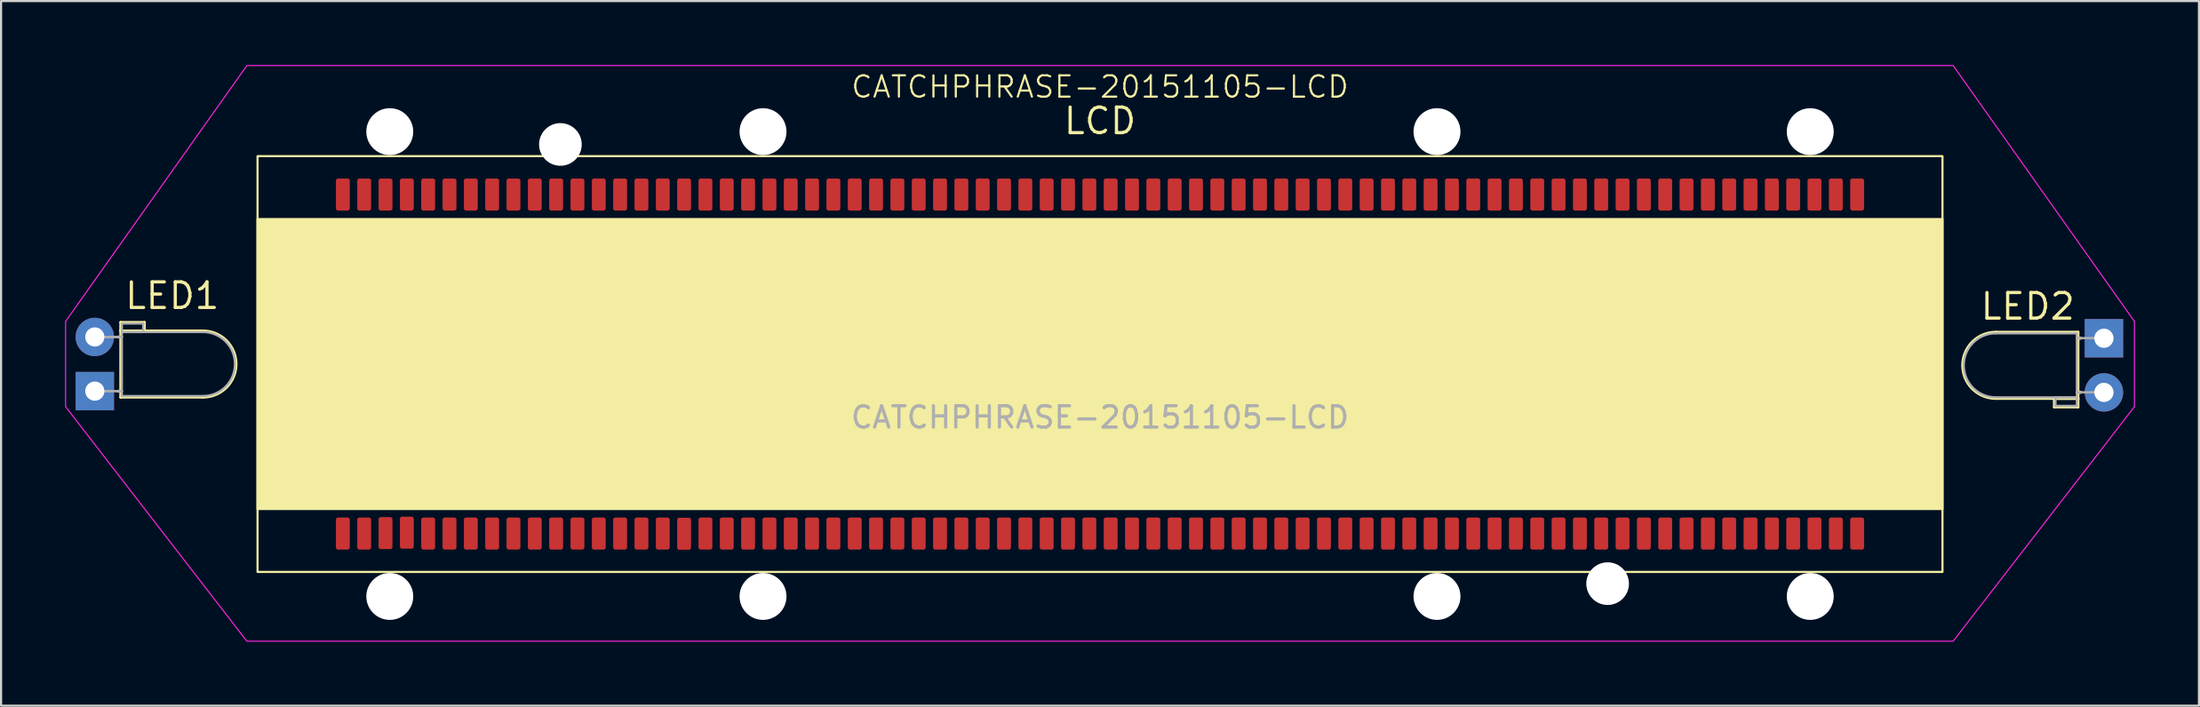
<source format=kicad_pcb>
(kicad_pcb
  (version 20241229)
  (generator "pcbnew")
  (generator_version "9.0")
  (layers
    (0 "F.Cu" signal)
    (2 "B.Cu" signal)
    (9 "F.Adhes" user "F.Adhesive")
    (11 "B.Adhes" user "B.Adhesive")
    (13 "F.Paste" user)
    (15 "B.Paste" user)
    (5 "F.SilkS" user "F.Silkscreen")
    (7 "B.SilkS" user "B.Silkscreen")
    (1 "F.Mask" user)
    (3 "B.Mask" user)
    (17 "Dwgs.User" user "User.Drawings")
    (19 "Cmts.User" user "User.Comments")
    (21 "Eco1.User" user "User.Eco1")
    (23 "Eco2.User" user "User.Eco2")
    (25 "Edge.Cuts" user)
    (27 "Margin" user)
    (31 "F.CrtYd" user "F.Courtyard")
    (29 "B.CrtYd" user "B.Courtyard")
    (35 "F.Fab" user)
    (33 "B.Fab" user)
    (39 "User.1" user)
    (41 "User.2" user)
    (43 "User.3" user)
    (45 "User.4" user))
  (footprint "CATCHPHRASE-20151105-LCD"
    (layer "F.Cu")
    (at 48.525 14.025)
    (property "Reference" "CATCHPHRASE-20151105-LCD" (at 0 -13 0) (unlocked yes) (layer "F.SilkS") (effects (font (size 1 1) (thickness 0.1))))
    (attr smd)
    (fp_rect (start -36 -9) (end 36 -7) (stroke (width 0.1) (type solid)) (fill yes) (layer "F.Mask"))
    (fp_rect (start -36 7) (end 36 9) (stroke (width 0.1) (type solid)) (fill yes) (layer "F.Mask"))
    (fp_line (start -46.05 -1.27) (end -45.92 -1.27) (stroke (width 0.12) (type solid)) (layer "F.SilkS"))
    (fp_line (start -46.05 1.27) (end -45.92 1.27) (stroke (width 0.12) (type solid)) (layer "F.SilkS"))
    (fp_line (start -45.92 -1.96) (end -44.8 -1.96) (stroke (width 0.12) (type solid)) (layer "F.SilkS"))
    (fp_line (start -45.92 -1.56) (end -45.92 -1.96) (stroke (width 0.12) (type solid)) (layer "F.SilkS"))
    (fp_line (start -45.92 -1.56) (end -42.06 -1.56) (stroke (width 0.12) (type solid)) (layer "F.SilkS"))
    (fp_line (start -45.92 -1.27) (end -46.05 -1.27) (stroke (width 0.12) (type solid)) (layer "F.SilkS"))
    (fp_line (start -45.92 1.27) (end -46.05 1.27) (stroke (width 0.12) (type solid)) (layer "F.SilkS"))
    (fp_line (start -45.92 1.56) (end -45.92 -1.56) (stroke (width 0.12) (type solid)) (layer "F.SilkS"))
    (fp_line (start -45.92 1.56) (end -42.06 1.56) (stroke (width 0.12) (type solid)) (layer "F.SilkS"))
    (fp_line (start -44.8 -1.96) (end -44.8 -1.56) (stroke (width 0.12) (type solid)) (layer "F.SilkS"))
    (fp_line (start -44.8 -1.56) (end -45.92 -1.56) (stroke (width 0.12) (type solid)) (layer "F.SilkS"))
    (fp_line (start 44.74 1.62) (end 45.86 1.62) (stroke (width 0.12) (type solid)) (layer "F.SilkS"))
    (fp_line (start 44.74 2.02) (end 44.74 1.62) (stroke (width 0.12) (type solid)) (layer "F.SilkS"))
    (fp_line (start 45.86 -1.5) (end 42 -1.5) (stroke (width 0.12) (type solid)) (layer "F.SilkS"))
    (fp_line (start 45.86 -1.5) (end 45.86 1.62) (stroke (width 0.12) (type solid)) (layer "F.SilkS"))
    (fp_line (start 45.86 -1.21) (end 45.99 -1.21) (stroke (width 0.12) (type solid)) (layer "F.SilkS"))
    (fp_line (start 45.86 1.33) (end 45.99 1.33) (stroke (width 0.12) (type solid)) (layer "F.SilkS"))
    (fp_line (start 45.86 1.62) (end 42 1.62) (stroke (width 0.12) (type solid)) (layer "F.SilkS"))
    (fp_line (start 45.86 1.62) (end 45.86 2.02) (stroke (width 0.12) (type solid)) (layer "F.SilkS"))
    (fp_line (start 45.86 2.02) (end 44.74 2.02) (stroke (width 0.12) (type solid)) (layer "F.SilkS"))
    (fp_line (start 45.99 -1.21) (end 45.86 -1.21) (stroke (width 0.12) (type solid)) (layer "F.SilkS"))
    (fp_line (start 45.99 1.33) (end 45.86 1.33) (stroke (width 0.12) (type solid)) (layer "F.SilkS"))
    (fp_rect (start -39.5 -9.75) (end 39.5 9.75) (stroke (width 0.1) (type solid)) (fill no) (layer "F.SilkS"))
    (fp_rect (start -39.5 -6.8) (end 39.5 6.8) (stroke (width 0.1) (type solid)) (fill yes) (layer "F.SilkS"))
    (fp_arc (start -42.06 -1.56) (mid -40.5 0) (end -42.06 1.56) (stroke (width 0.12) (type solid)) (layer "F.SilkS"))
    (fp_arc (start 42 1.62) (mid 40.44 0.06) (end 42 -1.5) (stroke (width 0.12) (type solid)) (layer "F.SilkS"))
    (fp_poly (pts (xy -48.5 -2) (xy -40 -14) (xy 40 -14) (xy 48.5 -2) (xy 48.5 2) (xy 40 13) (xy -40 13) (xy -48.5 2)) (stroke (width 0.05) (type solid)) (fill no) (layer "F.CrtYd"))
    (fp_line (start -47.13 -1.27) (end -45.86 -1.27) (stroke (width 0.1) (type solid)) (layer "F.Fab"))
    (fp_line (start -47.13 1.27) (end -45.86 1.27) (stroke (width 0.1) (type solid)) (layer "F.Fab"))
    (fp_line (start -45.86 -1.9) (end -44.86 -1.9) (stroke (width 0.1) (type solid)) (layer "F.Fab"))
    (fp_line (start -45.86 -1.5) (end -45.86 -1.9) (stroke (width 0.1) (type solid)) (layer "F.Fab"))
    (fp_line (start -45.86 -1.5) (end -42.06 -1.5) (stroke (width 0.1) (type solid)) (layer "F.Fab"))
    (fp_line (start -45.86 -1.27) (end -47.13 -1.27) (stroke (width 0.1) (type solid)) (layer "F.Fab"))
    (fp_line (start -45.86 1.27) (end -47.13 1.27) (stroke (width 0.1) (type solid)) (layer "F.Fab"))
    (fp_line (start -45.86 1.5) (end -45.86 -1.5) (stroke (width 0.1) (type solid)) (layer "F.Fab"))
    (fp_line (start -45.86 1.5) (end -42.06 1.5) (stroke (width 0.1) (type solid)) (layer "F.Fab"))
    (fp_line (start -44.86 -1.9) (end -44.86 -1.5) (stroke (width 0.1) (type solid)) (layer "F.Fab"))
    (fp_line (start -44.86 -1.5) (end -45.86 -1.5) (stroke (width 0.1) (type solid)) (layer "F.Fab"))
    (fp_line (start 44.8 1.56) (end 45.8 1.56) (stroke (width 0.1) (type solid)) (layer "F.Fab"))
    (fp_line (start 44.8 1.96) (end 44.8 1.56) (stroke (width 0.1) (type solid)) (layer "F.Fab"))
    (fp_line (start 45.8 -1.44) (end 42 -1.44) (stroke (width 0.1) (type solid)) (layer "F.Fab"))
    (fp_line (start 45.8 -1.44) (end 45.8 1.56) (stroke (width 0.1) (type solid)) (layer "F.Fab"))
    (fp_line (start 45.8 -1.21) (end 47.07 -1.21) (stroke (width 0.1) (type solid)) (layer "F.Fab"))
    (fp_line (start 45.8 1.33) (end 47.07 1.33) (stroke (width 0.1) (type solid)) (layer "F.Fab"))
    (fp_line (start 45.8 1.56) (end 42 1.56) (stroke (width 0.1) (type solid)) (layer "F.Fab"))
    (fp_line (start 45.8 1.56) (end 45.8 1.96) (stroke (width 0.1) (type solid)) (layer "F.Fab"))
    (fp_line (start 45.8 1.96) (end 44.8 1.96) (stroke (width 0.1) (type solid)) (layer "F.Fab"))
    (fp_line (start 47.07 -1.21) (end 45.8 -1.21) (stroke (width 0.1) (type solid)) (layer "F.Fab"))
    (fp_line (start 47.07 1.33) (end 45.8 1.33) (stroke (width 0.1) (type solid)) (layer "F.Fab"))
    (fp_arc (start -42.06 -1.5) (mid -40.56 0) (end -42.06 1.5) (stroke (width 0.1) (type solid)) (layer "F.Fab"))
    (fp_arc (start 42 1.56) (mid 40.5 0.06) (end 42 -1.44) (stroke (width 0.1) (type solid)) (layer "F.Fab"))
    (fp_text user "LED2" (at 43.5 -2 0) (unlocked yes) (layer "F.SilkS") (effects (font (size 1.2 1.2) (thickness 0.15)) (justify bottom)))
    (fp_text user "LED1" (at -43.5 -2.5 0) (unlocked yes) (layer "F.SilkS") (effects (font (size 1.2 1.2) (thickness 0.15)) (justify bottom)))
    (fp_text user "LCD" (at 0 -10.7 0) (unlocked yes) (layer "F.SilkS") (effects (font (size 1.2 1.2) (thickness 0.15)) (justify bottom)))
    (fp_text user "${REFERENCE}" (at 0 2.5 0) (unlocked yes) (layer "F.Fab") (effects (font (size 1 1) (thickness 0.15))))
    (pad "" np_thru_hole circle (at -33.3 -10.9) (size 2.2 2.2) (drill 2.2) (layers "*.Cu" "*.Mask"))
    (pad "" np_thru_hole circle (at -33.3 10.9) (size 2.2 2.2) (drill 2.2) (layers "*.Cu" "*.Mask"))
    (pad "" np_thru_hole circle (at -25.3 -10.3) (size 2 2) (drill 2) (layers "*.Cu" "*.Mask"))
    (pad "" np_thru_hole circle (at -15.8 -10.9) (size 2.2 2.2) (drill 2.2) (layers "*.Cu" "*.Mask"))
    (pad "" np_thru_hole circle (at -15.8 10.9) (size 2.2 2.2) (drill 2.2) (layers "*.Cu" "*.Mask"))
    (pad "" np_thru_hole circle (at 15.8 -10.9) (size 2.2 2.2) (drill 2.2) (layers "*.Cu" "*.Mask"))
    (pad "" np_thru_hole circle (at 15.8 10.9) (size 2.2 2.2) (drill 2.2) (layers "*.Cu" "*.Mask"))
    (pad "" np_thru_hole circle (at 23.8 10.3) (size 2 2) (drill 2) (layers "*.Cu" "*.Mask"))
    (pad "" np_thru_hole circle (at 33.3 -10.9) (size 2.2 2.2) (drill 2.2) (layers "*.Cu" "*.Mask"))
    (pad "" np_thru_hole circle (at 33.3 10.9) (size 2.2 2.2) (drill 2.2) (layers "*.Cu" "*.Mask"))
    (pad "1" smd roundrect (at -35.5 -7.95 90) (size 1.5 0.65) (layers "F.Cu" "F.Mask" "F.Paste") (roundrect_rratio 0.15))
    (pad "2" smd roundrect (at -35.5 7.95 90) (size 1.5 0.65) (layers "F.Cu" "F.Mask" "F.Paste") (roundrect_rratio 0.15))
    (pad "3" smd roundrect (at -34.5 -7.95 90) (size 1.5 0.65) (layers "F.Cu" "F.Mask" "F.Paste") (roundrect_rratio 0.15))
    (pad "4" smd roundrect (at -34.5 7.95 90) (size 1.5 0.65) (layers "F.Cu" "F.Mask" "F.Paste") (roundrect_rratio 0.15))
    (pad "5" smd roundrect (at -33.5 -7.95 90) (size 1.5 0.65) (layers "F.Cu" "F.Mask" "F.Paste") (roundrect_rratio 0.15))
    (pad "6" smd roundrect (at -33.5 7.93 90) (size 1.5 0.65) (layers "F.Cu" "F.Mask" "F.Paste") (roundrect_rratio 0.15))
    (pad "7" smd roundrect (at -32.5 -7.95 90) (size 1.5 0.65) (layers "F.Cu" "F.Mask" "F.Paste") (roundrect_rratio 0.15))
    (pad "8" smd roundrect (at -32.5 7.91 90) (size 1.5 0.65) (layers "F.Cu" "F.Mask" "F.Paste") (roundrect_rratio 0.15))
    (pad "9" smd roundrect (at -31.5 -7.95 90) (size 1.5 0.65) (layers "F.Cu" "F.Mask" "F.Paste") (roundrect_rratio 0.15))
    (pad "10" smd roundrect (at -31.5 7.95 90) (size 1.5 0.65) (layers "F.Cu" "F.Mask" "F.Paste") (roundrect_rratio 0.15))
    (pad "11" smd roundrect (at -30.5 -7.95 90) (size 1.5 0.65) (layers "F.Cu" "F.Mask" "F.Paste") (roundrect_rratio 0.15))
    (pad "12" smd roundrect (at -30.5 7.95 90) (size 1.5 0.65) (layers "F.Cu" "F.Mask" "F.Paste") (roundrect_rratio 0.15))
    (pad "13" smd roundrect (at -29.5 -7.95 90) (size 1.5 0.65) (layers "F.Cu" "F.Mask" "F.Paste") (roundrect_rratio 0.15))
    (pad "14" smd roundrect (at -29.5 7.95 90) (size 1.5 0.65) (layers "F.Cu" "F.Mask" "F.Paste") (roundrect_rratio 0.15))
    (pad "15" smd roundrect (at -28.5 -7.95 90) (size 1.5 0.65) (layers "F.Cu" "F.Mask" "F.Paste") (roundrect_rratio 0.15))
    (pad "16" smd roundrect (at -28.5 7.95 90) (size 1.5 0.65) (layers "F.Cu" "F.Mask" "F.Paste") (roundrect_rratio 0.15))
    (pad "17" smd roundrect (at -27.5 -7.95 90) (size 1.5 0.65) (layers "F.Cu" "F.Mask" "F.Paste") (roundrect_rratio 0.15))
    (pad "18" smd roundrect (at -27.5 7.95 90) (size 1.5 0.65) (layers "F.Cu" "F.Mask" "F.Paste") (roundrect_rratio 0.15))
    (pad "19" smd roundrect (at -26.5 -7.95 90) (size 1.5 0.65) (layers "F.Cu" "F.Mask" "F.Paste") (roundrect_rratio 0.15))
    (pad "20" smd roundrect (at -26.5 7.95 90) (size 1.5 0.65) (layers "F.Cu" "F.Mask" "F.Paste") (roundrect_rratio 0.15))
    (pad "21" smd roundrect (at -25.5 -7.95 90) (size 1.5 0.65) (layers "F.Cu" "F.Mask" "F.Paste") (roundrect_rratio 0.15))
    (pad "22" smd roundrect (at -25.5 7.95 90) (size 1.5 0.65) (layers "F.Cu" "F.Mask" "F.Paste") (roundrect_rratio 0.15))
    (pad "23" smd roundrect (at -24.5 -7.95 90) (size 1.5 0.65) (layers "F.Cu" "F.Mask" "F.Paste") (roundrect_rratio 0.15))
    (pad "24" smd roundrect (at -24.5 7.95 90) (size 1.5 0.65) (layers "F.Cu" "F.Mask" "F.Paste") (roundrect_rratio 0.15))
    (pad "25" smd roundrect (at -23.5 -7.95 90) (size 1.5 0.65) (layers "F.Cu" "F.Mask" "F.Paste") (roundrect_rratio 0.15))
    (pad "26" smd roundrect (at -23.5 7.95 90) (size 1.5 0.65) (layers "F.Cu" "F.Mask" "F.Paste") (roundrect_rratio 0.15))
    (pad "27" smd roundrect (at -22.5 -7.95 90) (size 1.5 0.65) (layers "F.Cu" "F.Mask" "F.Paste") (roundrect_rratio 0.15))
    (pad "28" smd roundrect (at -22.5 7.95 90) (size 1.5 0.65) (layers "F.Cu" "F.Mask" "F.Paste") (roundrect_rratio 0.15))
    (pad "29" smd roundrect (at -21.5 -7.95 90) (size 1.5 0.65) (layers "F.Cu" "F.Mask" "F.Paste") (roundrect_rratio 0.15))
    (pad "30" smd roundrect (at -21.5 7.95 90) (size 1.5 0.65) (layers "F.Cu" "F.Mask" "F.Paste") (roundrect_rratio 0.15))
    (pad "31" smd roundrect (at -20.5 -7.95 90) (size 1.5 0.65) (layers "F.Cu" "F.Mask" "F.Paste") (roundrect_rratio 0.15))
    (pad "32" smd roundrect (at -20.5 7.95 90) (size 1.5 0.65) (layers "F.Cu" "F.Mask" "F.Paste") (roundrect_rratio 0.15))
    (pad "33" smd roundrect (at -19.5 -7.95 90) (size 1.5 0.65) (layers "F.Cu" "F.Mask" "F.Paste") (roundrect_rratio 0.15))
    (pad "34" smd roundrect (at -19.5 7.96 90) (size 1.5 0.65) (layers "F.Cu" "F.Mask" "F.Paste") (roundrect_rratio 0.15))
    (pad "35" smd roundrect (at -18.5 -7.95 90) (size 1.5 0.65) (layers "F.Cu" "F.Mask" "F.Paste") (roundrect_rratio 0.15))
    (pad "36" smd roundrect (at -18.5 7.95 90) (size 1.5 0.65) (layers "F.Cu" "F.Mask" "F.Paste") (roundrect_rratio 0.15))
    (pad "37" smd roundrect (at -17.5 -7.95 90) (size 1.5 0.65) (layers "F.Cu" "F.Mask" "F.Paste") (roundrect_rratio 0.15))
    (pad "38" smd roundrect (at -17.5 7.95 90) (size 1.5 0.65) (layers "F.Cu" "F.Mask" "F.Paste") (roundrect_rratio 0.15))
    (pad "39" smd roundrect (at -16.5 -7.95 90) (size 1.5 0.65) (layers "F.Cu" "F.Mask" "F.Paste") (roundrect_rratio 0.15))
    (pad "40" smd roundrect (at -16.5 7.95 90) (size 1.5 0.65) (layers "F.Cu" "F.Mask" "F.Paste") (roundrect_rratio 0.15))
    (pad "41" smd roundrect (at -15.5 -7.95 90) (size 1.5 0.65) (layers "F.Cu" "F.Mask" "F.Paste") (roundrect_rratio 0.15))
    (pad "42" smd roundrect (at -15.5 7.95 90) (size 1.5 0.65) (layers "F.Cu" "F.Mask" "F.Paste") (roundrect_rratio 0.15))
    (pad "43" smd roundrect (at -14.5 -7.95 90) (size 1.5 0.65) (layers "F.Cu" "F.Mask" "F.Paste") (roundrect_rratio 0.15))
    (pad "44" smd roundrect (at -14.5 7.95 90) (size 1.5 0.65) (layers "F.Cu" "F.Mask" "F.Paste") (roundrect_rratio 0.15))
    (pad "45" smd roundrect (at -13.5 -7.95 90) (size 1.5 0.65) (layers "F.Cu" "F.Mask" "F.Paste") (roundrect_rratio 0.15))
    (pad "46" smd roundrect (at -13.5 7.95 90) (size 1.5 0.65) (layers "F.Cu" "F.Mask" "F.Paste") (roundrect_rratio 0.15))
    (pad "47" smd roundrect (at -12.5 -7.95 90) (size 1.5 0.65) (layers "F.Cu" "F.Mask" "F.Paste") (roundrect_rratio 0.15))
    (pad "48" smd roundrect (at -12.5 7.95 90) (size 1.5 0.65) (layers "F.Cu" "F.Mask" "F.Paste") (roundrect_rratio 0.15))
    (pad "49" smd roundrect (at -11.5 -7.95 90) (size 1.5 0.65) (layers "F.Cu" "F.Mask" "F.Paste") (roundrect_rratio 0.15))
    (pad "50" smd roundrect (at -11.5 7.95 90) (size 1.5 0.65) (layers "F.Cu" "F.Mask" "F.Paste") (roundrect_rratio 0.15))
    (pad "51" smd roundrect (at -10.5 -7.95 90) (size 1.5 0.65) (layers "F.Cu" "F.Mask" "F.Paste") (roundrect_rratio 0.15))
    (pad "52" smd roundrect (at -10.5 7.95 90) (size 1.5 0.65) (layers "F.Cu" "F.Mask" "F.Paste") (roundrect_rratio 0.15))
    (pad "53" smd roundrect (at -9.5 -7.95 90) (size 1.5 0.65) (layers "F.Cu" "F.Mask" "F.Paste") (roundrect_rratio 0.15))
    (pad "54" smd roundrect (at -9.5 7.95 90) (size 1.5 0.65) (layers "F.Cu" "F.Mask" "F.Paste") (roundrect_rratio 0.15))
    (pad "55" smd roundrect (at -8.5 -7.95 90) (size 1.5 0.65) (layers "F.Cu" "F.Mask" "F.Paste") (roundrect_rratio 0.15))
    (pad "56" smd roundrect (at -8.5 7.95 90) (size 1.5 0.65) (layers "F.Cu" "F.Mask" "F.Paste") (roundrect_rratio 0.15))
    (pad "57" smd roundrect (at -7.5 -7.95 90) (size 1.5 0.65) (layers "F.Cu" "F.Mask" "F.Paste") (roundrect_rratio 0.15))
    (pad "58" smd roundrect (at -7.5 7.95 90) (size 1.5 0.65) (layers "F.Cu" "F.Mask" "F.Paste") (roundrect_rratio 0.15))
    (pad "59" smd roundrect (at -6.5 -7.95 90) (size 1.5 0.65) (layers "F.Cu" "F.Mask" "F.Paste") (roundrect_rratio 0.15))
    (pad "60" smd roundrect (at -6.5 7.95 90) (size 1.5 0.65) (layers "F.Cu" "F.Mask" "F.Paste") (roundrect_rratio 0.15))
    (pad "61" smd roundrect (at -5.5 -7.95 90) (size 1.5 0.65) (layers "F.Cu" "F.Mask" "F.Paste") (roundrect_rratio 0.15))
    (pad "62" smd roundrect (at -5.5 7.95 90) (size 1.5 0.65) (layers "F.Cu" "F.Mask" "F.Paste") (roundrect_rratio 0.15))
    (pad "63" smd roundrect (at -4.5 -7.95 90) (size 1.5 0.65) (layers "F.Cu" "F.Mask" "F.Paste") (roundrect_rratio 0.15))
    (pad "64" smd roundrect (at -4.5 7.95 90) (size 1.5 0.65) (layers "F.Cu" "F.Mask" "F.Paste") (roundrect_rratio 0.15))
    (pad "65" smd roundrect (at -3.5 -7.95 90) (size 1.5 0.65) (layers "F.Cu" "F.Mask" "F.Paste") (roundrect_rratio 0.15))
    (pad "66" smd roundrect (at -3.5 7.95 90) (size 1.5 0.65) (layers "F.Cu" "F.Mask" "F.Paste") (roundrect_rratio 0.15))
    (pad "67" smd roundrect (at -2.5 -7.95 90) (size 1.5 0.65) (layers "F.Cu" "F.Mask" "F.Paste") (roundrect_rratio 0.15))
    (pad "68" smd roundrect (at -2.5 7.95 90) (size 1.5 0.65) (layers "F.Cu" "F.Mask" "F.Paste") (roundrect_rratio 0.15))
    (pad "69" smd roundrect (at -1.5 -7.95 90) (size 1.5 0.65) (layers "F.Cu" "F.Mask" "F.Paste") (roundrect_rratio 0.15))
    (pad "70" smd roundrect (at -1.5 7.95 90) (size 1.5 0.65) (layers "F.Cu" "F.Mask" "F.Paste") (roundrect_rratio 0.15))
    (pad "71" smd roundrect (at -0.5 -7.95 90) (size 1.5 0.65) (layers "F.Cu" "F.Mask" "F.Paste") (roundrect_rratio 0.15))
    (pad "72" smd roundrect (at -0.5 7.95 90) (size 1.5 0.65) (layers "F.Cu" "F.Mask" "F.Paste") (roundrect_rratio 0.15))
    (pad "73" smd roundrect (at 0.5 -7.95 90) (size 1.5 0.65) (layers "F.Cu" "F.Mask" "F.Paste") (roundrect_rratio 0.15))
    (pad "74" smd roundrect (at 0.5 7.95 90) (size 1.5 0.65) (layers "F.Cu" "F.Mask" "F.Paste") (roundrect_rratio 0.15))
    (pad "75" smd roundrect (at 1.5 -7.95 90) (size 1.5 0.65) (layers "F.Cu" "F.Mask" "F.Paste") (roundrect_rratio 0.15))
    (pad "76" smd roundrect (at 1.5 7.95 90) (size 1.5 0.65) (layers "F.Cu" "F.Mask" "F.Paste") (roundrect_rratio 0.15))
    (pad "77" smd roundrect (at 2.5 -7.95 90) (size 1.5 0.65) (layers "F.Cu" "F.Mask" "F.Paste") (roundrect_rratio 0.15))
    (pad "78" smd roundrect (at 2.5 7.95 90) (size 1.5 0.65) (layers "F.Cu" "F.Mask" "F.Paste") (roundrect_rratio 0.15))
    (pad "79" smd roundrect (at 3.5 -7.95 90) (size 1.5 0.65) (layers "F.Cu" "F.Mask" "F.Paste") (roundrect_rratio 0.15))
    (pad "80" smd roundrect (at 3.5 7.95 90) (size 1.5 0.65) (layers "F.Cu" "F.Mask" "F.Paste") (roundrect_rratio 0.15))
    (pad "81" smd roundrect (at 4.5 -7.95 90) (size 1.5 0.65) (layers "F.Cu" "F.Mask" "F.Paste") (roundrect_rratio 0.15))
    (pad "82" smd roundrect (at 4.5 7.95 90) (size 1.5 0.65) (layers "F.Cu" "F.Mask" "F.Paste") (roundrect_rratio 0.15))
    (pad "83" smd roundrect (at 5.5 -7.95 90) (size 1.5 0.65) (layers "F.Cu" "F.Mask" "F.Paste") (roundrect_rratio 0.15))
    (pad "84" smd roundrect (at 5.5 7.95 90) (size 1.5 0.65) (layers "F.Cu" "F.Mask" "F.Paste") (roundrect_rratio 0.15))
    (pad "85" smd roundrect (at 6.5 -7.95 90) (size 1.5 0.65) (layers "F.Cu" "F.Mask" "F.Paste") (roundrect_rratio 0.15))
    (pad "86" smd roundrect (at 6.5 7.95 90) (size 1.5 0.65) (layers "F.Cu" "F.Mask" "F.Paste") (roundrect_rratio 0.15))
    (pad "87" smd roundrect (at 7.5 -7.95 90) (size 1.5 0.65) (layers "F.Cu" "F.Mask" "F.Paste") (roundrect_rratio 0.15))
    (pad "88" smd roundrect (at 7.5 7.95 90) (size 1.5 0.65) (layers "F.Cu" "F.Mask" "F.Paste") (roundrect_rratio 0.15))
    (pad "89" smd roundrect (at 8.5 -7.95 90) (size 1.5 0.65) (layers "F.Cu" "F.Mask" "F.Paste") (roundrect_rratio 0.15))
    (pad "90" smd roundrect (at 8.5 7.95 90) (size 1.5 0.65) (layers "F.Cu" "F.Mask" "F.Paste") (roundrect_rratio 0.15))
    (pad "91" smd roundrect (at 9.5 -7.95 90) (size 1.5 0.65) (layers "F.Cu" "F.Mask" "F.Paste") (roundrect_rratio 0.15))
    (pad "92" smd roundrect (at 9.5 7.95 90) (size 1.5 0.65) (layers "F.Cu" "F.Mask" "F.Paste") (roundrect_rratio 0.15))
    (pad "93" smd roundrect (at 10.5 -7.95 90) (size 1.5 0.65) (layers "F.Cu" "F.Mask" "F.Paste") (roundrect_rratio 0.15))
    (pad "94" smd roundrect (at 10.5 7.95 90) (size 1.5 0.65) (layers "F.Cu" "F.Mask" "F.Paste") (roundrect_rratio 0.15))
    (pad "95" smd roundrect (at 11.5 -7.95 90) (size 1.5 0.65) (layers "F.Cu" "F.Mask" "F.Paste") (roundrect_rratio 0.15))
    (pad "96" smd roundrect (at 11.5 7.95 90) (size 1.5 0.65) (layers "F.Cu" "F.Mask" "F.Paste") (roundrect_rratio 0.15))
    (pad "97" smd roundrect (at 12.5 -7.95 90) (size 1.5 0.65) (layers "F.Cu" "F.Mask" "F.Paste") (roundrect_rratio 0.15))
    (pad "98" smd roundrect (at 12.5 7.95 90) (size 1.5 0.65) (layers "F.Cu" "F.Mask" "F.Paste") (roundrect_rratio 0.15))
    (pad "99" smd roundrect (at 13.5 -7.95 90) (size 1.5 0.65) (layers "F.Cu" "F.Mask" "F.Paste") (roundrect_rratio 0.15))
    (pad "100" smd roundrect (at 13.5 7.95 90) (size 1.5 0.65) (layers "F.Cu" "F.Mask" "F.Paste") (roundrect_rratio 0.15))
    (pad "101" smd roundrect (at 14.5 -7.95 90) (size 1.5 0.65) (layers "F.Cu" "F.Mask" "F.Paste") (roundrect_rratio 0.15))
    (pad "102" smd roundrect (at 14.5 7.95 90) (size 1.5 0.65) (layers "F.Cu" "F.Mask" "F.Paste") (roundrect_rratio 0.15))
    (pad "103" smd roundrect (at 15.5 -7.95 90) (size 1.5 0.65) (layers "F.Cu" "F.Mask" "F.Paste") (roundrect_rratio 0.15))
    (pad "104" smd roundrect (at 15.5 7.95 90) (size 1.5 0.65) (layers "F.Cu" "F.Mask" "F.Paste") (roundrect_rratio 0.15))
    (pad "105" smd roundrect (at 16.5 -7.95 90) (size 1.5 0.65) (layers "F.Cu" "F.Mask" "F.Paste") (roundrect_rratio 0.15))
    (pad "106" smd roundrect (at 16.5 7.95 90) (size 1.5 0.65) (layers "F.Cu" "F.Mask" "F.Paste") (roundrect_rratio 0.15))
    (pad "107" smd roundrect (at 17.5 -7.95 90) (size 1.5 0.65) (layers "F.Cu" "F.Mask" "F.Paste") (roundrect_rratio 0.15))
    (pad "108" smd roundrect (at 17.5 7.95 90) (size 1.5 0.65) (layers "F.Cu" "F.Mask" "F.Paste") (roundrect_rratio 0.15))
    (pad "109" smd roundrect (at 18.5 -7.95 90) (size 1.5 0.65) (layers "F.Cu" "F.Mask" "F.Paste") (roundrect_rratio 0.15))
    (pad "110" smd roundrect (at 18.5 7.95 90) (size 1.5 0.65) (layers "F.Cu" "F.Mask" "F.Paste") (roundrect_rratio 0.15))
    (pad "111" smd roundrect (at 19.5 -7.95 90) (size 1.5 0.65) (layers "F.Cu" "F.Mask" "F.Paste") (roundrect_rratio 0.15))
    (pad "112" smd roundrect (at 19.5 7.95 90) (size 1.5 0.65) (layers "F.Cu" "F.Mask" "F.Paste") (roundrect_rratio 0.15))
    (pad "113" smd roundrect (at 20.5 -7.95 90) (size 1.5 0.65) (layers "F.Cu" "F.Mask" "F.Paste") (roundrect_rratio 0.15))
    (pad "114" smd roundrect (at 20.5 7.95 90) (size 1.5 0.65) (layers "F.Cu" "F.Mask" "F.Paste") (roundrect_rratio 0.15))
    (pad "115" smd roundrect (at 21.5 -7.95 90) (size 1.5 0.65) (layers "F.Cu" "F.Mask" "F.Paste") (roundrect_rratio 0.15))
    (pad "116" smd roundrect (at 21.5 7.95 90) (size 1.5 0.65) (layers "F.Cu" "F.Mask" "F.Paste") (roundrect_rratio 0.15))
    (pad "117" smd roundrect (at 22.5 -7.95 90) (size 1.5 0.65) (layers "F.Cu" "F.Mask" "F.Paste") (roundrect_rratio 0.15))
    (pad "118" smd roundrect (at 22.5 7.95 90) (size 1.5 0.65) (layers "F.Cu" "F.Mask" "F.Paste") (roundrect_rratio 0.15))
    (pad "119" smd roundrect (at 23.5 -7.95 90) (size 1.5 0.65) (layers "F.Cu" "F.Mask" "F.Paste") (roundrect_rratio 0.15))
    (pad "120" smd roundrect (at 23.5 7.95 90) (size 1.5 0.65) (layers "F.Cu" "F.Mask" "F.Paste") (roundrect_rratio 0.15))
    (pad "121" smd roundrect (at 24.5 -7.95 90) (size 1.5 0.65) (layers "F.Cu" "F.Mask" "F.Paste") (roundrect_rratio 0.15))
    (pad "122" smd roundrect (at 24.5 7.95 90) (size 1.5 0.65) (layers "F.Cu" "F.Mask" "F.Paste") (roundrect_rratio 0.15))
    (pad "123" smd roundrect (at 25.5 -7.95 90) (size 1.5 0.65) (layers "F.Cu" "F.Mask" "F.Paste") (roundrect_rratio 0.15))
    (pad "124" smd roundrect (at 25.5 7.95 90) (size 1.5 0.65) (layers "F.Cu" "F.Mask" "F.Paste") (roundrect_rratio 0.15))
    (pad "125" smd roundrect (at 26.5 -7.95 90) (size 1.5 0.65) (layers "F.Cu" "F.Mask" "F.Paste") (roundrect_rratio 0.15))
    (pad "126" smd roundrect (at 26.5 7.95 90) (size 1.5 0.65) (layers "F.Cu" "F.Mask" "F.Paste") (roundrect_rratio 0.15))
    (pad "127" smd roundrect (at 27.5 -7.95 90) (size 1.5 0.65) (layers "F.Cu" "F.Mask" "F.Paste") (roundrect_rratio 0.15))
    (pad "128" smd roundrect (at 27.5 7.95 90) (size 1.5 0.65) (layers "F.Cu" "F.Mask" "F.Paste") (roundrect_rratio 0.15))
    (pad "129" smd roundrect (at 28.5 -7.95 90) (size 1.5 0.65) (layers "F.Cu" "F.Mask" "F.Paste") (roundrect_rratio 0.15))
    (pad "130" smd roundrect (at 28.5 7.95 90) (size 1.5 0.65) (layers "F.Cu" "F.Mask" "F.Paste") (roundrect_rratio 0.15))
    (pad "131" smd roundrect (at 29.5 -7.95 90) (size 1.5 0.65) (layers "F.Cu" "F.Mask" "F.Paste") (roundrect_rratio 0.15))
    (pad "132" smd roundrect (at 29.5 7.95 90) (size 1.5 0.65) (layers "F.Cu" "F.Mask" "F.Paste") (roundrect_rratio 0.15))
    (pad "133" smd roundrect (at 30.5 -7.95 90) (size 1.5 0.65) (layers "F.Cu" "F.Mask" "F.Paste") (roundrect_rratio 0.15))
    (pad "134" smd roundrect (at 30.5 7.95 90) (size 1.5 0.65) (layers "F.Cu" "F.Mask" "F.Paste") (roundrect_rratio 0.15))
    (pad "135" smd roundrect (at 31.5 -7.95 90) (size 1.5 0.65) (layers "F.Cu" "F.Mask" "F.Paste") (roundrect_rratio 0.15))
    (pad "136" smd roundrect (at 31.5 7.95 90) (size 1.5 0.65) (layers "F.Cu" "F.Mask" "F.Paste") (roundrect_rratio 0.15))
    (pad "137" smd roundrect (at 32.5 -7.95 90) (size 1.5 0.65) (layers "F.Cu" "F.Mask" "F.Paste") (roundrect_rratio 0.15))
    (pad "138" smd roundrect (at 32.5 7.95 90) (size 1.5 0.65) (layers "F.Cu" "F.Mask" "F.Paste") (roundrect_rratio 0.15))
    (pad "139" smd roundrect (at 33.5 -7.95 90) (size 1.5 0.65) (layers "F.Cu" "F.Mask" "F.Paste") (roundrect_rratio 0.15))
    (pad "140" smd roundrect (at 33.5 7.95 90) (size 1.5 0.65) (layers "F.Cu" "F.Mask" "F.Paste") (roundrect_rratio 0.15))
    (pad "141" smd roundrect (at 34.5 -7.95 90) (size 1.5 0.65) (layers "F.Cu" "F.Mask" "F.Paste") (roundrect_rratio 0.15))
    (pad "142" smd roundrect (at 34.5 7.95 90) (size 1.5 0.65) (layers "F.Cu" "F.Mask" "F.Paste") (roundrect_rratio 0.15))
    (pad "143" smd roundrect (at 35.5 -7.95 90) (size 1.5 0.65) (layers "F.Cu" "F.Mask" "F.Paste") (roundrect_rratio 0.15))
    (pad "144" smd roundrect (at 35.5 7.95 90) (size 1.5 0.65) (layers "F.Cu" "F.Mask" "F.Paste") (roundrect_rratio 0.15))
    (pad "145" thru_hole rect (at -47.13 1.27 90) (size 1.8 1.8) (drill 0.9) (layers "*.Cu" "*.Mask"))
    (pad "146" thru_hole circle (at -47.13 -1.27 90) (size 1.8 1.8) (drill 0.9) (layers "*.Cu" "*.Mask"))
    (pad "147" thru_hole rect (at 47.07 -1.21 270) (size 1.8 1.8) (drill 0.9) (layers "*.Cu" "*.Mask"))
    (pad "148" thru_hole circle (at 47.07 1.33 270) (size 1.8 1.8) (drill 0.9) (layers "*.Cu" "*.Mask")))
  (gr_rect
    (start -3 -3)
    (end 100.05 30.05)
    (stroke (width 0.1) (type default))
    (fill no)
    (layer "Edge.Cuts")))
</source>
